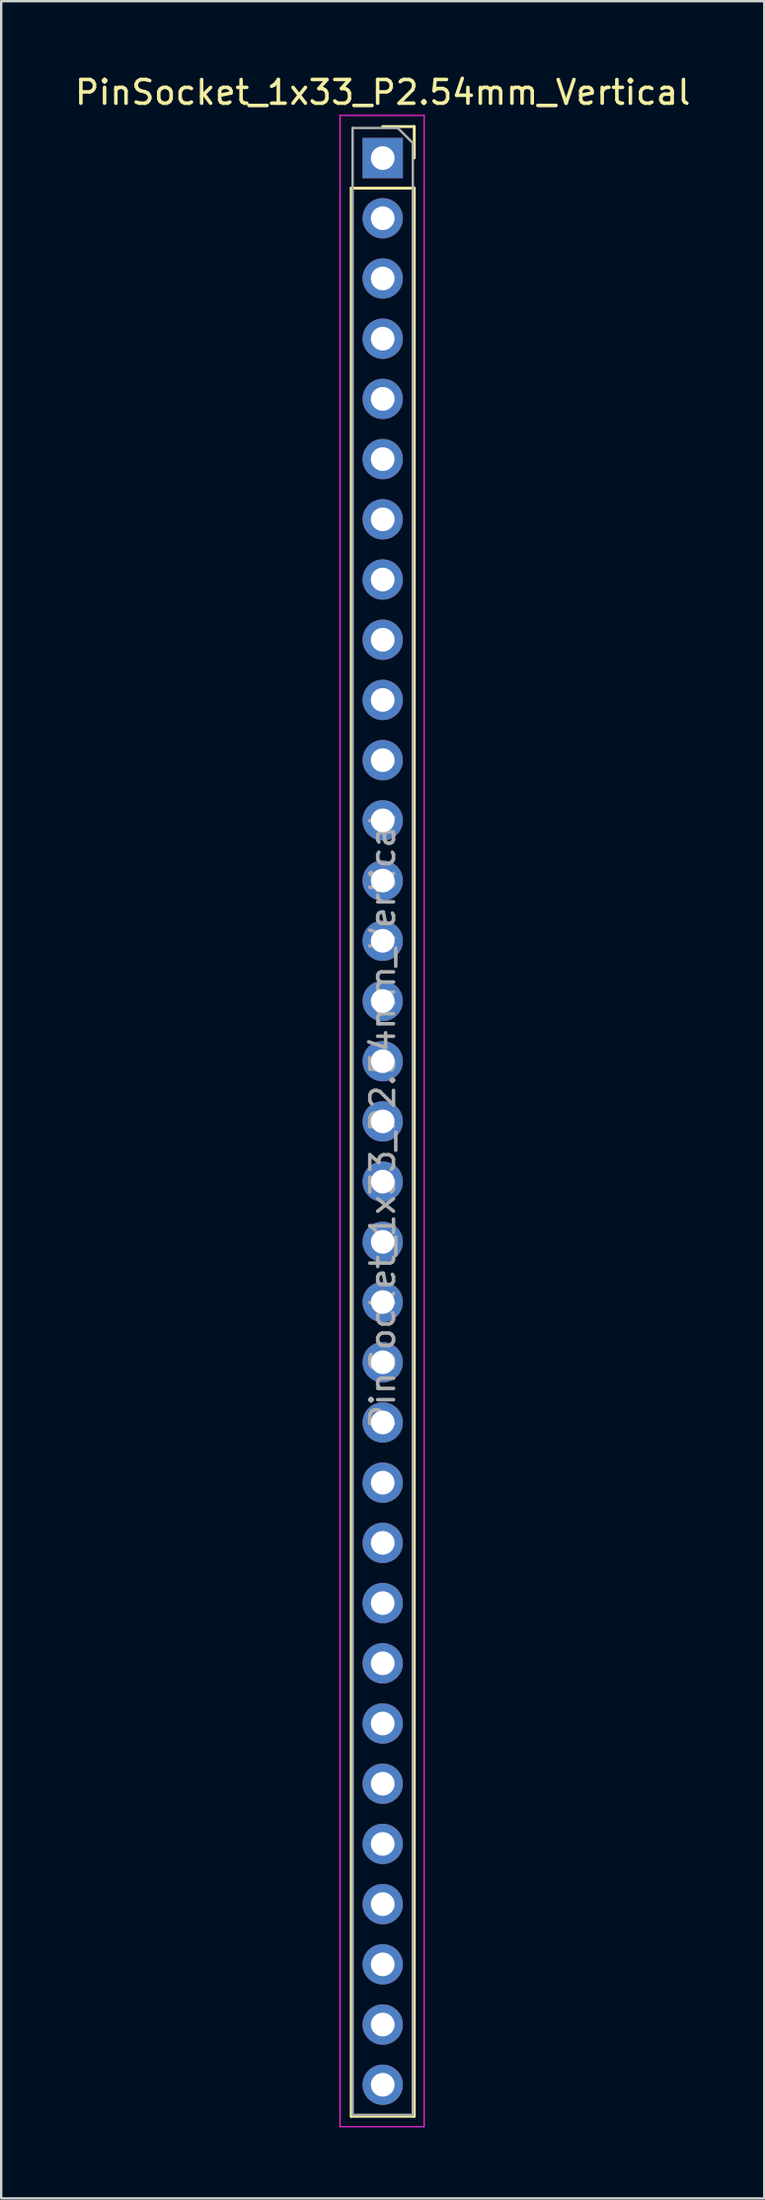
<source format=kicad_pcb>
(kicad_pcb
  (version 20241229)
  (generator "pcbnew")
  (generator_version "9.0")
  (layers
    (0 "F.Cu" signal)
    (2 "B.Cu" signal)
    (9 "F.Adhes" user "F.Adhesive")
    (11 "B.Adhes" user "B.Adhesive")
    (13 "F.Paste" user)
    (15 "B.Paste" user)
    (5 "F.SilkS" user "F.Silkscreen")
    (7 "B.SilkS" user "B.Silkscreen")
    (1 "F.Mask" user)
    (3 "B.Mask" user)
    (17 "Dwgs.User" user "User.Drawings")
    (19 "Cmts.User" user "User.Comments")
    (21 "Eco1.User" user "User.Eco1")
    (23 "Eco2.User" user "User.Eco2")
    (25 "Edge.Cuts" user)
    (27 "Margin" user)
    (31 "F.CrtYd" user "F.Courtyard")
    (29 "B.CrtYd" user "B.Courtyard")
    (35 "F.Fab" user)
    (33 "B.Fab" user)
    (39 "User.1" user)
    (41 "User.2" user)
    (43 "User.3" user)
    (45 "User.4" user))
  (footprint "PinSocket_1x33_P2.54mm_Vertical"
    (layer "F.Cu")
    (at 13.101 3.618)
    (property "Reference" "PinSocket_1x33_P2.54mm_Vertical" (at 0 -2.77 0) (layer "F.SilkS") (effects (font (size 1 1) (thickness 0.15))))
    (attr through_hole)
    (fp_line (start -1.33 1.27) (end -1.33 82.61) (stroke (width 0.12) (type solid)) (layer "F.SilkS"))
    (fp_line (start -1.33 1.27) (end 1.33 1.27) (stroke (width 0.12) (type solid)) (layer "F.SilkS"))
    (fp_line (start -1.33 82.61) (end 1.33 82.61) (stroke (width 0.12) (type solid)) (layer "F.SilkS"))
    (fp_line (start 0 -1.33) (end 1.33 -1.33) (stroke (width 0.12) (type solid)) (layer "F.SilkS"))
    (fp_line (start 1.33 -1.33) (end 1.33 0) (stroke (width 0.12) (type solid)) (layer "F.SilkS"))
    (fp_line (start 1.33 1.27) (end 1.33 82.61) (stroke (width 0.12) (type solid)) (layer "F.SilkS"))
    (fp_line (start -1.8 -1.8) (end 1.75 -1.8) (stroke (width 0.05) (type solid)) (layer "F.CrtYd"))
    (fp_line (start -1.8 83.05) (end -1.8 -1.8) (stroke (width 0.05) (type solid)) (layer "F.CrtYd"))
    (fp_line (start 1.75 -1.8) (end 1.75 83.05) (stroke (width 0.05) (type solid)) (layer "F.CrtYd"))
    (fp_line (start 1.75 83.05) (end -1.8 83.05) (stroke (width 0.05) (type solid)) (layer "F.CrtYd"))
    (fp_line (start -1.27 -1.27) (end 0.635 -1.27) (stroke (width 0.1) (type solid)) (layer "F.Fab"))
    (fp_line (start -1.27 82.55) (end -1.27 -1.27) (stroke (width 0.1) (type solid)) (layer "F.Fab"))
    (fp_line (start 0.635 -1.27) (end 1.27 -0.635) (stroke (width 0.1) (type solid)) (layer "F.Fab"))
    (fp_line (start 1.27 -0.635) (end 1.27 82.55) (stroke (width 0.1) (type solid)) (layer "F.Fab"))
    (fp_line (start 1.27 82.55) (end -1.27 82.55) (stroke (width 0.1) (type solid)) (layer "F.Fab"))
    (fp_text user "${REFERENCE}" (at 0 40.64 90) (layer "F.Fab") (effects (font (size 1 1) (thickness 0.15))))
    (pad "1" thru_hole rect (at 0 0) (size 1.7 1.7) (drill 1) (layers "*.Cu" "*.Mask"))
    (pad "2" thru_hole circle (at 0 2.54) (size 1.7 1.7) (drill 1) (layers "*.Cu" "*.Mask"))
    (pad "3" thru_hole circle (at 0 5.08) (size 1.7 1.7) (drill 1) (layers "*.Cu" "*.Mask"))
    (pad "4" thru_hole circle (at 0 7.62) (size 1.7 1.7) (drill 1) (layers "*.Cu" "*.Mask"))
    (pad "5" thru_hole circle (at 0 10.16) (size 1.7 1.7) (drill 1) (layers "*.Cu" "*.Mask"))
    (pad "6" thru_hole circle (at 0 12.7) (size 1.7 1.7) (drill 1) (layers "*.Cu" "*.Mask"))
    (pad "7" thru_hole circle (at 0 15.24) (size 1.7 1.7) (drill 1) (layers "*.Cu" "*.Mask"))
    (pad "8" thru_hole circle (at 0 17.78) (size 1.7 1.7) (drill 1) (layers "*.Cu" "*.Mask"))
    (pad "9" thru_hole circle (at 0 20.32) (size 1.7 1.7) (drill 1) (layers "*.Cu" "*.Mask"))
    (pad "10" thru_hole circle (at 0 22.86) (size 1.7 1.7) (drill 1) (layers "*.Cu" "*.Mask"))
    (pad "11" thru_hole circle (at 0 25.4) (size 1.7 1.7) (drill 1) (layers "*.Cu" "*.Mask"))
    (pad "12" thru_hole circle (at 0 27.94) (size 1.7 1.7) (drill 1) (layers "*.Cu" "*.Mask"))
    (pad "13" thru_hole circle (at 0 30.48) (size 1.7 1.7) (drill 1) (layers "*.Cu" "*.Mask"))
    (pad "14" thru_hole circle (at 0 33.02) (size 1.7 1.7) (drill 1) (layers "*.Cu" "*.Mask"))
    (pad "15" thru_hole circle (at 0 35.56) (size 1.7 1.7) (drill 1) (layers "*.Cu" "*.Mask"))
    (pad "16" thru_hole circle (at 0 38.1) (size 1.7 1.7) (drill 1) (layers "*.Cu" "*.Mask"))
    (pad "17" thru_hole circle (at 0 40.64) (size 1.7 1.7) (drill 1) (layers "*.Cu" "*.Mask"))
    (pad "18" thru_hole circle (at 0 43.18) (size 1.7 1.7) (drill 1) (layers "*.Cu" "*.Mask"))
    (pad "19" thru_hole circle (at 0 45.72) (size 1.7 1.7) (drill 1) (layers "*.Cu" "*.Mask"))
    (pad "20" thru_hole circle (at 0 48.26) (size 1.7 1.7) (drill 1) (layers "*.Cu" "*.Mask"))
    (pad "21" thru_hole circle (at 0 50.8) (size 1.7 1.7) (drill 1) (layers "*.Cu" "*.Mask"))
    (pad "22" thru_hole circle (at 0 53.34) (size 1.7 1.7) (drill 1) (layers "*.Cu" "*.Mask"))
    (pad "23" thru_hole circle (at 0 55.88) (size 1.7 1.7) (drill 1) (layers "*.Cu" "*.Mask"))
    (pad "24" thru_hole circle (at 0 58.42) (size 1.7 1.7) (drill 1) (layers "*.Cu" "*.Mask"))
    (pad "25" thru_hole circle (at 0 60.96) (size 1.7 1.7) (drill 1) (layers "*.Cu" "*.Mask"))
    (pad "26" thru_hole circle (at 0 63.5) (size 1.7 1.7) (drill 1) (layers "*.Cu" "*.Mask"))
    (pad "27" thru_hole circle (at 0 66.04) (size 1.7 1.7) (drill 1) (layers "*.Cu" "*.Mask"))
    (pad "28" thru_hole circle (at 0 68.58) (size 1.7 1.7) (drill 1) (layers "*.Cu" "*.Mask"))
    (pad "29" thru_hole circle (at 0 71.12) (size 1.7 1.7) (drill 1) (layers "*.Cu" "*.Mask"))
    (pad "30" thru_hole circle (at 0 73.66) (size 1.7 1.7) (drill 1) (layers "*.Cu" "*.Mask"))
    (pad "31" thru_hole circle (at 0 76.2) (size 1.7 1.7) (drill 1) (layers "*.Cu" "*.Mask"))
    (pad "32" thru_hole circle (at 0 78.74) (size 1.7 1.7) (drill 1) (layers "*.Cu" "*.Mask"))
    (pad "33" thru_hole circle (at 0 81.28) (size 1.7 1.7) (drill 1) (layers "*.Cu" "*.Mask")))
  (gr_rect
    (start -3 -3)
    (end 29.202 89.693)
    (stroke (width 0.1) (type default))
    (fill no)
    (layer "Edge.Cuts")))
</source>
